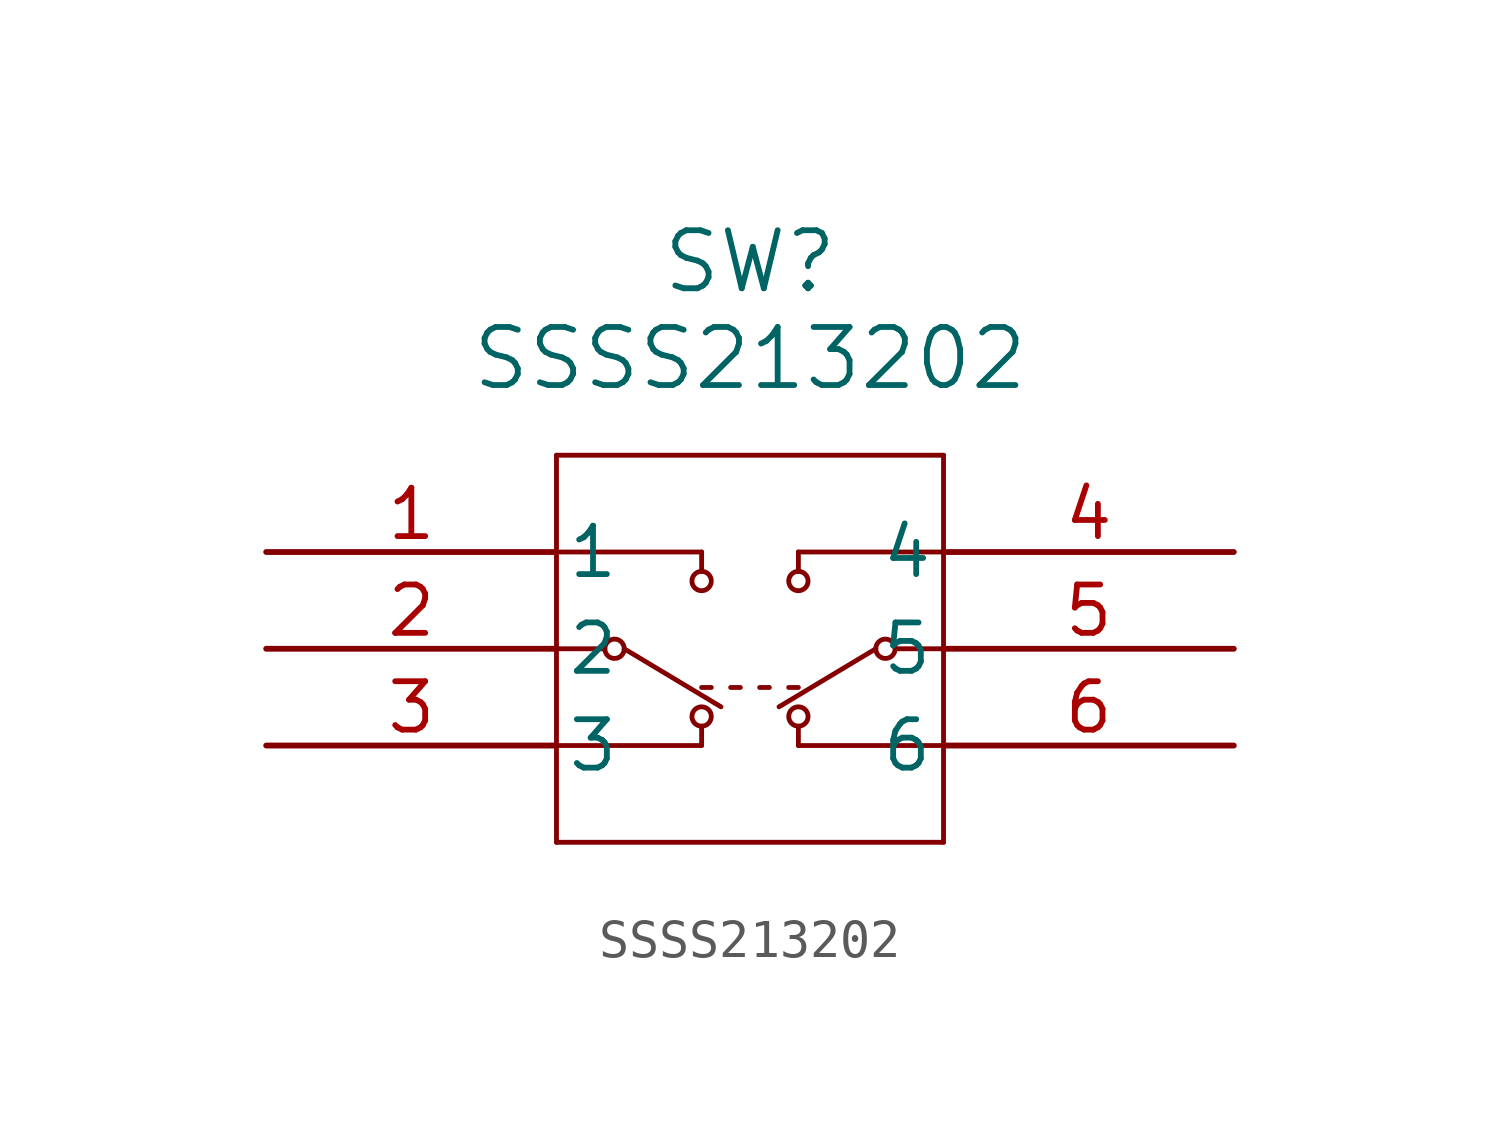
<source format=kicad_sym>
(kicad_symbol_lib
  (version 20211014)
  (generator kicad_symbol_editor)
  (symbol "SSSS213202"
    (pin_names
      (offset 0.254))
    (property "Reference" "SW"
      (at 12.7 7.62 0)
      (effects (font (size 1.524 1.524))))
    (property "Value" "SSSS213202"
      (at 12.7 5.08 0)
      (effects (font (size 1.524 1.524))))
    (symbol "SSSS213202_0_1"
      (polyline (pts (xy 7.62 2.54) (xy 7.62 -7.62)) (stroke (width 0.127) (type default) (color 0 0 0 0)) (fill (type none)))
      (polyline (pts (xy 7.62 -7.62) (xy 17.78 -7.62)) (stroke (width 0.127) (type default) (color 0 0 0 0)) (fill (type none)))
      (polyline (pts (xy 17.78 -7.62) (xy 17.78 2.54)) (stroke (width 0.127) (type default) (color 0 0 0 0)) (fill (type none)))
      (polyline (pts (xy 17.78 2.54) (xy 7.62 2.54)) (stroke (width 0.127) (type default) (color 0 0 0 0)) (fill (type none)))
      (polyline (pts (xy 7.62 -2.54) (xy 8.89 -2.54)) (stroke (width 0.127) (type default) (color 0 0 0 0)) (fill (type none)))
      (polyline (pts (xy 7.62 -5.08) (xy 11.43 -5.08)) (stroke (width 0.127) (type default) (color 0 0 0 0)) (fill (type none)))
      (polyline (pts (xy 7.62 0) (xy 11.43 0)) (stroke (width 0.127) (type default) (color 0 0 0 0)) (fill (type none)))
      (polyline (pts (xy 11.43 -5.08) (xy 11.43 -4.572)) (stroke (width 0.127) (type default) (color 0 0 0 0)) (fill (type none)))
      (polyline (pts (xy 11.43 -0.508) (xy 11.43 0)) (stroke (width 0.127) (type default) (color 0 0 0 0)) (fill (type none)))
      (circle (center 9.144 -2.54) (radius 0.254) (stroke (width 0.127) (type default) (color 0 0 0 0)) (fill (type none)))
      (circle (center 11.43 -4.318) (radius 0.254) (stroke (width 0.127) (type default) (color 0 0 0 0)) (fill (type none)))
      (circle (center 11.43 -0.762) (radius 0.254) (stroke (width 0.127) (type default) (color 0 0 0 0)) (fill (type none)))
      (polyline (pts (xy 9.398 -2.54) (xy 11.938 -4.064)) (stroke (width 0.127) (type default) (color 0 0 0 0)) (fill (type none)))
      (polyline (pts (xy 17.78 -2.54) (xy 16.51 -2.54)) (stroke (width 0.127) (type default) (color 0 0 0 0)) (fill (type none)))
      (polyline (pts (xy 17.78 -5.08) (xy 13.97 -5.08)) (stroke (width 0.127) (type default) (color 0 0 0 0)) (fill (type none)))
      (polyline (pts (xy 17.78 0) (xy 13.97 0)) (stroke (width 0.127) (type default) (color 0 0 0 0)) (fill (type none)))
      (polyline (pts (xy 13.97 -5.08) (xy 13.97 -4.572)) (stroke (width 0.127) (type default) (color 0 0 0 0)) (fill (type none)))
      (polyline (pts (xy 13.97 -0.508) (xy 13.97 0)) (stroke (width 0.127) (type default) (color 0 0 0 0)) (fill (type none)))
      (circle (center 16.256 -2.54) (radius 0.254) (stroke (width 0.127) (type default) (color 0 0 0 0)) (fill (type none)))
      (circle (center 13.97 -4.318) (radius 0.254) (stroke (width 0.127) (type default) (color 0 0 0 0)) (fill (type none)))
      (circle (center 13.97 -0.762) (radius 0.254) (stroke (width 0.127) (type default) (color 0 0 0 0)) (fill (type none)))
      (polyline (pts (xy 16.002 -2.54) (xy 13.462 -4.064)) (stroke (width 0.127) (type default) (color 0 0 0 0)) (fill (type none)))
      (polyline (pts (xy 11.43 -3.556) (xy 11.684 -3.556)) (stroke (width 0.127) (type default) (color 0 0 0 0)) (fill (type none)))
      (polyline (pts (xy 12.192 -3.556) (xy 12.446 -3.556)) (stroke (width 0.127) (type default) (color 0 0 0 0)) (fill (type none)))
      (polyline (pts (xy 12.954 -3.556) (xy 13.208 -3.556)) (stroke (width 0.127) (type default) (color 0 0 0 0)) (fill (type none)))
      (polyline (pts (xy 13.716 -3.556) (xy 13.97 -3.556)) (stroke (width 0.127) (type default) (color 0 0 0 0)) (fill (type none)))
      (pin unspecified line (at 0 0 0) (length 7.62) (name "1" (effects (font (size 1.27 1.27)))) (number "1" (effects (font (size 1.27 1.27)))))
      (pin unspecified line (at 0 -2.54 0) (length 7.62) (name "2" (effects (font (size 1.27 1.27)))) (number "2" (effects (font (size 1.27 1.27)))))
      (pin unspecified line (at 0 -5.08 0) (length 7.62) (name "3" (effects (font (size 1.27 1.27)))) (number "3" (effects (font (size 1.27 1.27)))))
      (pin unspecified line (at 25.4 0 180) (length 7.62) (name "4" (effects (font (size 1.27 1.27)))) (number "4" (effects (font (size 1.27 1.27)))))
      (pin unspecified line (at 25.4 -2.54 180) (length 7.62) (name "5" (effects (font (size 1.27 1.27)))) (number "5" (effects (font (size 1.27 1.27)))))
      (pin unspecified line (at 25.4 -5.08 180) (length 7.62) (name "6" (effects (font (size 1.27 1.27)))) (number "6" (effects (font (size 1.27 1.27))))))))
</source>
